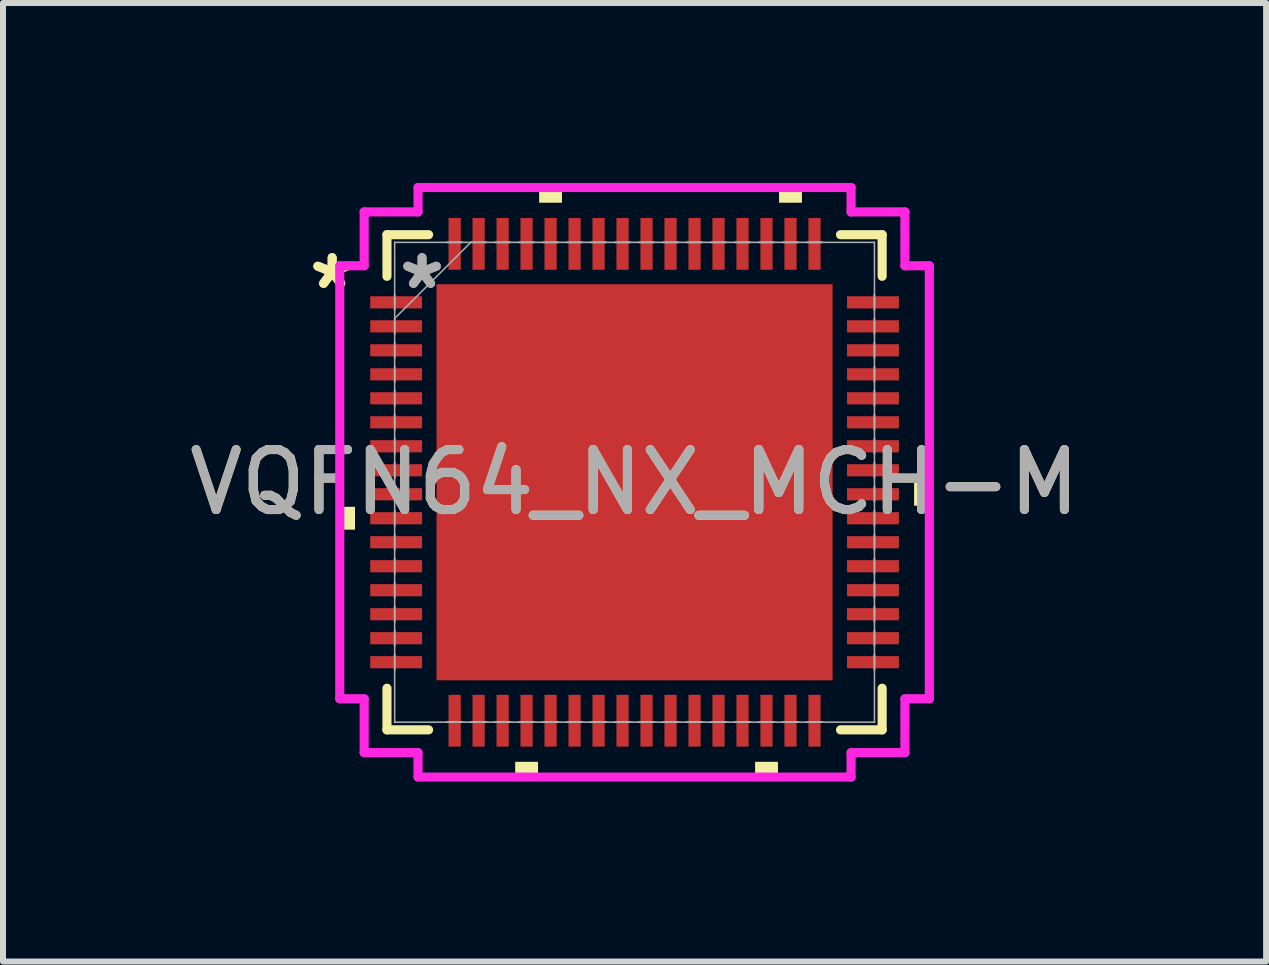
<source format=kicad_pcb>
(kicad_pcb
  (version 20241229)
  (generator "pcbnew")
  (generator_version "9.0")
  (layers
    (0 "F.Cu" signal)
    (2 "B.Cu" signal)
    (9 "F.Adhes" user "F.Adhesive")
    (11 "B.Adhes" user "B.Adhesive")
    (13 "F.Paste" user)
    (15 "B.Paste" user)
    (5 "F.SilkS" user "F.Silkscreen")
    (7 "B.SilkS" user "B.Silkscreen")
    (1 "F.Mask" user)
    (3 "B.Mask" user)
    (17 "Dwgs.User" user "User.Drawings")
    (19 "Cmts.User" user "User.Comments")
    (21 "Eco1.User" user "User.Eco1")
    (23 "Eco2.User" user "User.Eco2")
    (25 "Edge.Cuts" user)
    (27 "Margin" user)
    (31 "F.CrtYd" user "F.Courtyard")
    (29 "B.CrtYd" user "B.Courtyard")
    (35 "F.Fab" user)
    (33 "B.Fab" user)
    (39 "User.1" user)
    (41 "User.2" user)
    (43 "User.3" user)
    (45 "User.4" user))
  (footprint "VQFN64_NX_MCH-M"
    (layer "F.Cu")
    (at 7.53 4.991)
    (property "Reference" "VQFN64_NX_MCH-M" (at 0 0 0) (unlocked yes) (layer "F.SilkS") (effects (font (size 1 1) (thickness 0.15))))
    (attr smd)
    (fp_line (start -4.128 -4.128) (end -4.128 -3.434) (stroke (width 0.152) (type solid)) (layer "F.SilkS"))
    (fp_line (start -4.128 3.434) (end -4.128 4.128) (stroke (width 0.152) (type solid)) (layer "F.SilkS"))
    (fp_line (start -4.128 4.128) (end -3.434 4.128) (stroke (width 0.152) (type solid)) (layer "F.SilkS"))
    (fp_line (start -3.434 -4.128) (end -4.128 -4.128) (stroke (width 0.152) (type solid)) (layer "F.SilkS"))
    (fp_line (start 3.434 4.128) (end 4.128 4.128) (stroke (width 0.152) (type solid)) (layer "F.SilkS"))
    (fp_line (start 4.128 -4.128) (end 3.434 -4.128) (stroke (width 0.152) (type solid)) (layer "F.SilkS"))
    (fp_line (start 4.128 -3.434) (end 4.128 -4.128) (stroke (width 0.152) (type solid)) (layer "F.SilkS"))
    (fp_line (start 4.128 4.128) (end 4.128 3.434) (stroke (width 0.152) (type solid)) (layer "F.SilkS"))
    (fp_poly (pts (xy -4.915 0.409) (xy -4.915 0.79) (xy -4.661 0.79) (xy -4.661 0.409)) (stroke (width 0) (type solid)) (fill yes) (layer "F.SilkS"))
    (fp_poly (pts (xy -1.99 4.661) (xy -1.99 4.915) (xy -1.609 4.915) (xy -1.609 4.661)) (stroke (width 0) (type solid)) (fill yes) (layer "F.SilkS"))
    (fp_poly (pts (xy -1.591 -4.661) (xy -1.591 -4.915) (xy -1.21 -4.915) (xy -1.21 -4.661)) (stroke (width 0) (type solid)) (fill yes) (layer "F.SilkS"))
    (fp_poly (pts (xy 2.01 4.661) (xy 2.01 4.915) (xy 2.391 4.915) (xy 2.391 4.661)) (stroke (width 0) (type solid)) (fill yes) (layer "F.SilkS"))
    (fp_poly (pts (xy 2.409 -4.661) (xy 2.409 -4.915) (xy 2.791 -4.915) (xy 2.791 -4.661)) (stroke (width 0) (type solid)) (fill yes) (layer "F.SilkS"))
    (fp_poly (pts (xy 4.915 0.009) (xy 4.915 0.391) (xy 4.661 0.391) (xy 4.661 0.009)) (stroke (width 0) (type solid)) (fill yes) (layer "F.SilkS"))
    (fp_poly (pts (xy -3.202 -3.202) (xy -3.202 -2.081) (xy -2.081 -2.081) (xy -2.081 -3.202)) (stroke (width 0) (type solid)) (fill yes) (layer "F.Paste"))
    (fp_poly (pts (xy -3.202 -1.881) (xy -3.202 -0.76) (xy -2.081 -0.76) (xy -2.081 -1.881)) (stroke (width 0) (type solid)) (fill yes) (layer "F.Paste"))
    (fp_poly (pts (xy -3.202 -0.56) (xy -3.202 0.56) (xy -2.081 0.56) (xy -2.081 -0.56)) (stroke (width 0) (type solid)) (fill yes) (layer "F.Paste"))
    (fp_poly (pts (xy -3.202 0.76) (xy -3.202 1.881) (xy -2.081 1.881) (xy -2.081 0.76)) (stroke (width 0) (type solid)) (fill yes) (layer "F.Paste"))
    (fp_poly (pts (xy -3.202 2.081) (xy -3.202 3.202) (xy -2.081 3.202) (xy -2.081 2.081)) (stroke (width 0) (type solid)) (fill yes) (layer "F.Paste"))
    (fp_poly (pts (xy -1.881 -3.202) (xy -1.881 -2.081) (xy -0.76 -2.081) (xy -0.76 -3.202)) (stroke (width 0) (type solid)) (fill yes) (layer "F.Paste"))
    (fp_poly (pts (xy -1.881 -1.881) (xy -1.881 -0.76) (xy -0.76 -0.76) (xy -0.76 -1.881)) (stroke (width 0) (type solid)) (fill yes) (layer "F.Paste"))
    (fp_poly (pts (xy -1.881 -0.56) (xy -1.881 0.56) (xy -0.76 0.56) (xy -0.76 -0.56)) (stroke (width 0) (type solid)) (fill yes) (layer "F.Paste"))
    (fp_poly (pts (xy -1.881 0.76) (xy -1.881 1.881) (xy -0.76 1.881) (xy -0.76 0.76)) (stroke (width 0) (type solid)) (fill yes) (layer "F.Paste"))
    (fp_poly (pts (xy -1.881 2.081) (xy -1.881 3.202) (xy -0.76 3.202) (xy -0.76 2.081)) (stroke (width 0) (type solid)) (fill yes) (layer "F.Paste"))
    (fp_poly (pts (xy -0.56 -3.202) (xy -0.56 -2.081) (xy 0.56 -2.081) (xy 0.56 -3.202)) (stroke (width 0) (type solid)) (fill yes) (layer "F.Paste"))
    (fp_poly (pts (xy -0.56 -1.881) (xy -0.56 -0.76) (xy 0.56 -0.76) (xy 0.56 -1.881)) (stroke (width 0) (type solid)) (fill yes) (layer "F.Paste"))
    (fp_poly (pts (xy -0.56 -0.56) (xy -0.56 0.56) (xy 0.56 0.56) (xy 0.56 -0.56)) (stroke (width 0) (type solid)) (fill yes) (layer "F.Paste"))
    (fp_poly (pts (xy -0.56 0.76) (xy -0.56 1.881) (xy 0.56 1.881) (xy 0.56 0.76)) (stroke (width 0) (type solid)) (fill yes) (layer "F.Paste"))
    (fp_poly (pts (xy -0.56 2.081) (xy -0.56 3.202) (xy 0.56 3.202) (xy 0.56 2.081)) (stroke (width 0) (type solid)) (fill yes) (layer "F.Paste"))
    (fp_poly (pts (xy 0.76 -3.202) (xy 0.76 -2.081) (xy 1.881 -2.081) (xy 1.881 -3.202)) (stroke (width 0) (type solid)) (fill yes) (layer "F.Paste"))
    (fp_poly (pts (xy 0.76 -1.881) (xy 0.76 -0.76) (xy 1.881 -0.76) (xy 1.881 -1.881)) (stroke (width 0) (type solid)) (fill yes) (layer "F.Paste"))
    (fp_poly (pts (xy 0.76 -0.56) (xy 0.76 0.56) (xy 1.881 0.56) (xy 1.881 -0.56)) (stroke (width 0) (type solid)) (fill yes) (layer "F.Paste"))
    (fp_poly (pts (xy 0.76 0.76) (xy 0.76 1.881) (xy 1.881 1.881) (xy 1.881 0.76)) (stroke (width 0) (type solid)) (fill yes) (layer "F.Paste"))
    (fp_poly (pts (xy 0.76 2.081) (xy 0.76 3.202) (xy 1.881 3.202) (xy 1.881 2.081)) (stroke (width 0) (type solid)) (fill yes) (layer "F.Paste"))
    (fp_poly (pts (xy 2.081 -3.202) (xy 2.081 -2.081) (xy 3.202 -2.081) (xy 3.202 -3.202)) (stroke (width 0) (type solid)) (fill yes) (layer "F.Paste"))
    (fp_poly (pts (xy 2.081 -1.881) (xy 2.081 -0.76) (xy 3.202 -0.76) (xy 3.202 -1.881)) (stroke (width 0) (type solid)) (fill yes) (layer "F.Paste"))
    (fp_poly (pts (xy 2.081 -0.56) (xy 2.081 0.56) (xy 3.202 0.56) (xy 3.202 -0.56)) (stroke (width 0) (type solid)) (fill yes) (layer "F.Paste"))
    (fp_poly (pts (xy 2.081 0.76) (xy 2.081 1.881) (xy 3.202 1.881) (xy 3.202 0.76)) (stroke (width 0) (type solid)) (fill yes) (layer "F.Paste"))
    (fp_poly (pts (xy 2.081 2.081) (xy 2.081 3.202) (xy 3.202 3.202) (xy 3.202 2.081)) (stroke (width 0) (type solid)) (fill yes) (layer "F.Paste"))
    (fp_line (start -4.915 -3.61) (end -4.508 -3.61) (stroke (width 0.152) (type solid)) (layer "F.CrtYd"))
    (fp_line (start -4.915 3.61) (end -4.915 -3.61) (stroke (width 0.152) (type solid)) (layer "F.CrtYd"))
    (fp_line (start -4.508 -4.508) (end -3.61 -4.508) (stroke (width 0.152) (type solid)) (layer "F.CrtYd"))
    (fp_line (start -4.508 -3.61) (end -4.508 -4.508) (stroke (width 0.152) (type solid)) (layer "F.CrtYd"))
    (fp_line (start -4.508 3.61) (end -4.915 3.61) (stroke (width 0.152) (type solid)) (layer "F.CrtYd"))
    (fp_line (start -4.508 4.508) (end -4.508 3.61) (stroke (width 0.152) (type solid)) (layer "F.CrtYd"))
    (fp_line (start -3.61 -4.915) (end 3.61 -4.915) (stroke (width 0.152) (type solid)) (layer "F.CrtYd"))
    (fp_line (start -3.61 -4.508) (end -3.61 -4.915) (stroke (width 0.152) (type solid)) (layer "F.CrtYd"))
    (fp_line (start -3.61 4.508) (end -4.508 4.508) (stroke (width 0.152) (type solid)) (layer "F.CrtYd"))
    (fp_line (start -3.61 4.915) (end -3.61 4.508) (stroke (width 0.152) (type solid)) (layer "F.CrtYd"))
    (fp_line (start 3.61 -4.915) (end 3.61 -4.508) (stroke (width 0.152) (type solid)) (layer "F.CrtYd"))
    (fp_line (start 3.61 -4.508) (end 4.508 -4.508) (stroke (width 0.152) (type solid)) (layer "F.CrtYd"))
    (fp_line (start 3.61 4.508) (end 3.61 4.915) (stroke (width 0.152) (type solid)) (layer "F.CrtYd"))
    (fp_line (start 3.61 4.915) (end -3.61 4.915) (stroke (width 0.152) (type solid)) (layer "F.CrtYd"))
    (fp_line (start 4.508 -4.508) (end 4.508 -3.61) (stroke (width 0.152) (type solid)) (layer "F.CrtYd"))
    (fp_line (start 4.508 -3.61) (end 4.915 -3.61) (stroke (width 0.152) (type solid)) (layer "F.CrtYd"))
    (fp_line (start 4.508 3.61) (end 4.508 4.508) (stroke (width 0.152) (type solid)) (layer "F.CrtYd"))
    (fp_line (start 4.508 4.508) (end 3.61 4.508) (stroke (width 0.152) (type solid)) (layer "F.CrtYd"))
    (fp_line (start 4.915 -3.61) (end 4.915 3.61) (stroke (width 0.152) (type solid)) (layer "F.CrtYd"))
    (fp_line (start 4.915 3.61) (end 4.508 3.61) (stroke (width 0.152) (type solid)) (layer "F.CrtYd"))
    (fp_line (start -4 -4) (end -4 -4) (stroke (width 0.025) (type solid)) (layer "F.Fab"))
    (fp_line (start -4 -4) (end -4 4) (stroke (width 0.025) (type solid)) (layer "F.Fab"))
    (fp_line (start -4 -3.127) (end -4 -3.127) (stroke (width 0.025) (type solid)) (layer "F.Fab"))
    (fp_line (start -4 -3.127) (end -4 -2.873) (stroke (width 0.025) (type solid)) (layer "F.Fab"))
    (fp_line (start -4 -2.873) (end -4 -3.127) (stroke (width 0.025) (type solid)) (layer "F.Fab"))
    (fp_line (start -4 -2.873) (end -4 -2.873) (stroke (width 0.025) (type solid)) (layer "F.Fab"))
    (fp_line (start -4 -2.731) (end -2.731 -4) (stroke (width 0.025) (type solid)) (layer "F.Fab"))
    (fp_line (start -4 -2.727) (end -4 -2.727) (stroke (width 0.025) (type solid)) (layer "F.Fab"))
    (fp_line (start -4 -2.727) (end -4 -2.473) (stroke (width 0.025) (type solid)) (layer "F.Fab"))
    (fp_line (start -4 -2.473) (end -4 -2.727) (stroke (width 0.025) (type solid)) (layer "F.Fab"))
    (fp_line (start -4 -2.473) (end -4 -2.473) (stroke (width 0.025) (type solid)) (layer "F.Fab"))
    (fp_line (start -4 -2.327) (end -4 -2.327) (stroke (width 0.025) (type solid)) (layer "F.Fab"))
    (fp_line (start -4 -2.327) (end -4 -2.073) (stroke (width 0.025) (type solid)) (layer "F.Fab"))
    (fp_line (start -4 -2.073) (end -4 -2.327) (stroke (width 0.025) (type solid)) (layer "F.Fab"))
    (fp_line (start -4 -2.073) (end -4 -2.073) (stroke (width 0.025) (type solid)) (layer "F.Fab"))
    (fp_line (start -4 -1.927) (end -4 -1.927) (stroke (width 0.025) (type solid)) (layer "F.Fab"))
    (fp_line (start -4 -1.927) (end -4 -1.673) (stroke (width 0.025) (type solid)) (layer "F.Fab"))
    (fp_line (start -4 -1.673) (end -4 -1.927) (stroke (width 0.025) (type solid)) (layer "F.Fab"))
    (fp_line (start -4 -1.673) (end -4 -1.673) (stroke (width 0.025) (type solid)) (layer "F.Fab"))
    (fp_line (start -4 -1.527) (end -4 -1.527) (stroke (width 0.025) (type solid)) (layer "F.Fab"))
    (fp_line (start -4 -1.527) (end -4 -1.273) (stroke (width 0.025) (type solid)) (layer "F.Fab"))
    (fp_line (start -4 -1.273) (end -4 -1.527) (stroke (width 0.025) (type solid)) (layer "F.Fab"))
    (fp_line (start -4 -1.273) (end -4 -1.273) (stroke (width 0.025) (type solid)) (layer "F.Fab"))
    (fp_line (start -4 -1.127) (end -4 -1.127) (stroke (width 0.025) (type solid)) (layer "F.Fab"))
    (fp_line (start -4 -1.127) (end -4 -0.873) (stroke (width 0.025) (type solid)) (layer "F.Fab"))
    (fp_line (start -4 -0.873) (end -4 -1.127) (stroke (width 0.025) (type solid)) (layer "F.Fab"))
    (fp_line (start -4 -0.873) (end -4 -0.873) (stroke (width 0.025) (type solid)) (layer "F.Fab"))
    (fp_line (start -4 -0.727) (end -4 -0.727) (stroke (width 0.025) (type solid)) (layer "F.Fab"))
    (fp_line (start -4 -0.727) (end -4 -0.473) (stroke (width 0.025) (type solid)) (layer "F.Fab"))
    (fp_line (start -4 -0.473) (end -4 -0.727) (stroke (width 0.025) (type solid)) (layer "F.Fab"))
    (fp_line (start -4 -0.473) (end -4 -0.473) (stroke (width 0.025) (type solid)) (layer "F.Fab"))
    (fp_line (start -4 -0.327) (end -4 -0.327) (stroke (width 0.025) (type solid)) (layer "F.Fab"))
    (fp_line (start -4 -0.327) (end -4 -0.073) (stroke (width 0.025) (type solid)) (layer "F.Fab"))
    (fp_line (start -4 -0.073) (end -4 -0.327) (stroke (width 0.025) (type solid)) (layer "F.Fab"))
    (fp_line (start -4 -0.073) (end -4 -0.073) (stroke (width 0.025) (type solid)) (layer "F.Fab"))
    (fp_line (start -4 0.073) (end -4 0.073) (stroke (width 0.025) (type solid)) (layer "F.Fab"))
    (fp_line (start -4 0.073) (end -4 0.327) (stroke (width 0.025) (type solid)) (layer "F.Fab"))
    (fp_line (start -4 0.327) (end -4 0.073) (stroke (width 0.025) (type solid)) (layer "F.Fab"))
    (fp_line (start -4 0.327) (end -4 0.327) (stroke (width 0.025) (type solid)) (layer "F.Fab"))
    (fp_line (start -4 0.473) (end -4 0.473) (stroke (width 0.025) (type solid)) (layer "F.Fab"))
    (fp_line (start -4 0.473) (end -4 0.727) (stroke (width 0.025) (type solid)) (layer "F.Fab"))
    (fp_line (start -4 0.727) (end -4 0.473) (stroke (width 0.025) (type solid)) (layer "F.Fab"))
    (fp_line (start -4 0.727) (end -4 0.727) (stroke (width 0.025) (type solid)) (layer "F.Fab"))
    (fp_line (start -4 0.873) (end -4 0.873) (stroke (width 0.025) (type solid)) (layer "F.Fab"))
    (fp_line (start -4 0.873) (end -4 1.127) (stroke (width 0.025) (type solid)) (layer "F.Fab"))
    (fp_line (start -4 1.127) (end -4 0.873) (stroke (width 0.025) (type solid)) (layer "F.Fab"))
    (fp_line (start -4 1.127) (end -4 1.127) (stroke (width 0.025) (type solid)) (layer "F.Fab"))
    (fp_line (start -4 1.273) (end -4 1.273) (stroke (width 0.025) (type solid)) (layer "F.Fab"))
    (fp_line (start -4 1.273) (end -4 1.527) (stroke (width 0.025) (type solid)) (layer "F.Fab"))
    (fp_line (start -4 1.527) (end -4 1.273) (stroke (width 0.025) (type solid)) (layer "F.Fab"))
    (fp_line (start -4 1.527) (end -4 1.527) (stroke (width 0.025) (type solid)) (layer "F.Fab"))
    (fp_line (start -4 1.673) (end -4 1.673) (stroke (width 0.025) (type solid)) (layer "F.Fab"))
    (fp_line (start -4 1.673) (end -4 1.927) (stroke (width 0.025) (type solid)) (layer "F.Fab"))
    (fp_line (start -4 1.927) (end -4 1.673) (stroke (width 0.025) (type solid)) (layer "F.Fab"))
    (fp_line (start -4 1.927) (end -4 1.927) (stroke (width 0.025) (type solid)) (layer "F.Fab"))
    (fp_line (start -4 2.073) (end -4 2.073) (stroke (width 0.025) (type solid)) (layer "F.Fab"))
    (fp_line (start -4 2.073) (end -4 2.327) (stroke (width 0.025) (type solid)) (layer "F.Fab"))
    (fp_line (start -4 2.327) (end -4 2.073) (stroke (width 0.025) (type solid)) (layer "F.Fab"))
    (fp_line (start -4 2.327) (end -4 2.327) (stroke (width 0.025) (type solid)) (layer "F.Fab"))
    (fp_line (start -4 2.473) (end -4 2.473) (stroke (width 0.025) (type solid)) (layer "F.Fab"))
    (fp_line (start -4 2.473) (end -4 2.727) (stroke (width 0.025) (type solid)) (layer "F.Fab"))
    (fp_line (start -4 2.727) (end -4 2.473) (stroke (width 0.025) (type solid)) (layer "F.Fab"))
    (fp_line (start -4 2.727) (end -4 2.727) (stroke (width 0.025) (type solid)) (layer "F.Fab"))
    (fp_line (start -4 2.873) (end -4 2.873) (stroke (width 0.025) (type solid)) (layer "F.Fab"))
    (fp_line (start -4 2.873) (end -4 3.127) (stroke (width 0.025) (type solid)) (layer "F.Fab"))
    (fp_line (start -4 3.127) (end -4 2.873) (stroke (width 0.025) (type solid)) (layer "F.Fab"))
    (fp_line (start -4 3.127) (end -4 3.127) (stroke (width 0.025) (type solid)) (layer "F.Fab"))
    (fp_line (start -4 4) (end -4 4) (stroke (width 0.025) (type solid)) (layer "F.Fab"))
    (fp_line (start -4 4) (end 4 4) (stroke (width 0.025) (type solid)) (layer "F.Fab"))
    (fp_line (start -3.127 -4) (end -3.127 -4) (stroke (width 0.025) (type solid)) (layer "F.Fab"))
    (fp_line (start -3.127 -4) (end -2.873 -4) (stroke (width 0.025) (type solid)) (layer "F.Fab"))
    (fp_line (start -3.127 4) (end -3.127 4) (stroke (width 0.025) (type solid)) (layer "F.Fab"))
    (fp_line (start -3.127 4) (end -2.873 4) (stroke (width 0.025) (type solid)) (layer "F.Fab"))
    (fp_line (start -2.873 -4) (end -3.127 -4) (stroke (width 0.025) (type solid)) (layer "F.Fab"))
    (fp_line (start -2.873 -4) (end -2.873 -4) (stroke (width 0.025) (type solid)) (layer "F.Fab"))
    (fp_line (start -2.873 4) (end -3.127 4) (stroke (width 0.025) (type solid)) (layer "F.Fab"))
    (fp_line (start -2.873 4) (end -2.873 4) (stroke (width 0.025) (type solid)) (layer "F.Fab"))
    (fp_line (start -2.727 -4) (end -2.727 -4) (stroke (width 0.025) (type solid)) (layer "F.Fab"))
    (fp_line (start -2.727 -4) (end -2.473 -4) (stroke (width 0.025) (type solid)) (layer "F.Fab"))
    (fp_line (start -2.727 4) (end -2.727 4) (stroke (width 0.025) (type solid)) (layer "F.Fab"))
    (fp_line (start -2.727 4) (end -2.473 4) (stroke (width 0.025) (type solid)) (layer "F.Fab"))
    (fp_line (start -2.473 -4) (end -2.727 -4) (stroke (width 0.025) (type solid)) (layer "F.Fab"))
    (fp_line (start -2.473 -4) (end -2.473 -4) (stroke (width 0.025) (type solid)) (layer "F.Fab"))
    (fp_line (start -2.473 4) (end -2.727 4) (stroke (width 0.025) (type solid)) (layer "F.Fab"))
    (fp_line (start -2.473 4) (end -2.473 4) (stroke (width 0.025) (type solid)) (layer "F.Fab"))
    (fp_line (start -2.327 -4) (end -2.327 -4) (stroke (width 0.025) (type solid)) (layer "F.Fab"))
    (fp_line (start -2.327 -4) (end -2.073 -4) (stroke (width 0.025) (type solid)) (layer "F.Fab"))
    (fp_line (start -2.327 4) (end -2.327 4) (stroke (width 0.025) (type solid)) (layer "F.Fab"))
    (fp_line (start -2.327 4) (end -2.073 4) (stroke (width 0.025) (type solid)) (layer "F.Fab"))
    (fp_line (start -2.073 -4) (end -2.327 -4) (stroke (width 0.025) (type solid)) (layer "F.Fab"))
    (fp_line (start -2.073 -4) (end -2.073 -4) (stroke (width 0.025) (type solid)) (layer "F.Fab"))
    (fp_line (start -2.073 4) (end -2.327 4) (stroke (width 0.025) (type solid)) (layer "F.Fab"))
    (fp_line (start -2.073 4) (end -2.073 4) (stroke (width 0.025) (type solid)) (layer "F.Fab"))
    (fp_line (start -1.927 -4) (end -1.927 -4) (stroke (width 0.025) (type solid)) (layer "F.Fab"))
    (fp_line (start -1.927 -4) (end -1.673 -4) (stroke (width 0.025) (type solid)) (layer "F.Fab"))
    (fp_line (start -1.927 4) (end -1.927 4) (stroke (width 0.025) (type solid)) (layer "F.Fab"))
    (fp_line (start -1.927 4) (end -1.673 4) (stroke (width 0.025) (type solid)) (layer "F.Fab"))
    (fp_line (start -1.673 -4) (end -1.927 -4) (stroke (width 0.025) (type solid)) (layer "F.Fab"))
    (fp_line (start -1.673 -4) (end -1.673 -4) (stroke (width 0.025) (type solid)) (layer "F.Fab"))
    (fp_line (start -1.673 4) (end -1.927 4) (stroke (width 0.025) (type solid)) (layer "F.Fab"))
    (fp_line (start -1.673 4) (end -1.673 4) (stroke (width 0.025) (type solid)) (layer "F.Fab"))
    (fp_line (start -1.527 -4) (end -1.527 -4) (stroke (width 0.025) (type solid)) (layer "F.Fab"))
    (fp_line (start -1.527 -4) (end -1.273 -4) (stroke (width 0.025) (type solid)) (layer "F.Fab"))
    (fp_line (start -1.527 4) (end -1.527 4) (stroke (width 0.025) (type solid)) (layer "F.Fab"))
    (fp_line (start -1.527 4) (end -1.273 4) (stroke (width 0.025) (type solid)) (layer "F.Fab"))
    (fp_line (start -1.273 -4) (end -1.527 -4) (stroke (width 0.025) (type solid)) (layer "F.Fab"))
    (fp_line (start -1.273 -4) (end -1.273 -4) (stroke (width 0.025) (type solid)) (layer "F.Fab"))
    (fp_line (start -1.273 4) (end -1.527 4) (stroke (width 0.025) (type solid)) (layer "F.Fab"))
    (fp_line (start -1.273 4) (end -1.273 4) (stroke (width 0.025) (type solid)) (layer "F.Fab"))
    (fp_line (start -1.127 -4) (end -1.127 -4) (stroke (width 0.025) (type solid)) (layer "F.Fab"))
    (fp_line (start -1.127 -4) (end -0.873 -4) (stroke (width 0.025) (type solid)) (layer "F.Fab"))
    (fp_line (start -1.127 4) (end -1.127 4) (stroke (width 0.025) (type solid)) (layer "F.Fab"))
    (fp_line (start -1.127 4) (end -0.873 4) (stroke (width 0.025) (type solid)) (layer "F.Fab"))
    (fp_line (start -0.873 -4) (end -1.127 -4) (stroke (width 0.025) (type solid)) (layer "F.Fab"))
    (fp_line (start -0.873 -4) (end -0.873 -4) (stroke (width 0.025) (type solid)) (layer "F.Fab"))
    (fp_line (start -0.873 4) (end -1.127 4) (stroke (width 0.025) (type solid)) (layer "F.Fab"))
    (fp_line (start -0.873 4) (end -0.873 4) (stroke (width 0.025) (type solid)) (layer "F.Fab"))
    (fp_line (start -0.727 -4) (end -0.727 -4) (stroke (width 0.025) (type solid)) (layer "F.Fab"))
    (fp_line (start -0.727 -4) (end -0.473 -4) (stroke (width 0.025) (type solid)) (layer "F.Fab"))
    (fp_line (start -0.727 4) (end -0.727 4) (stroke (width 0.025) (type solid)) (layer "F.Fab"))
    (fp_line (start -0.727 4) (end -0.473 4) (stroke (width 0.025) (type solid)) (layer "F.Fab"))
    (fp_line (start -0.473 -4) (end -0.727 -4) (stroke (width 0.025) (type solid)) (layer "F.Fab"))
    (fp_line (start -0.473 -4) (end -0.473 -4) (stroke (width 0.025) (type solid)) (layer "F.Fab"))
    (fp_line (start -0.473 4) (end -0.727 4) (stroke (width 0.025) (type solid)) (layer "F.Fab"))
    (fp_line (start -0.473 4) (end -0.473 4) (stroke (width 0.025) (type solid)) (layer "F.Fab"))
    (fp_line (start -0.327 -4) (end -0.327 -4) (stroke (width 0.025) (type solid)) (layer "F.Fab"))
    (fp_line (start -0.327 -4) (end -0.073 -4) (stroke (width 0.025) (type solid)) (layer "F.Fab"))
    (fp_line (start -0.327 4) (end -0.327 4) (stroke (width 0.025) (type solid)) (layer "F.Fab"))
    (fp_line (start -0.327 4) (end -0.073 4) (stroke (width 0.025) (type solid)) (layer "F.Fab"))
    (fp_line (start -0.073 -4) (end -0.327 -4) (stroke (width 0.025) (type solid)) (layer "F.Fab"))
    (fp_line (start -0.073 -4) (end -0.073 -4) (stroke (width 0.025) (type solid)) (layer "F.Fab"))
    (fp_line (start -0.073 4) (end -0.327 4) (stroke (width 0.025) (type solid)) (layer "F.Fab"))
    (fp_line (start -0.073 4) (end -0.073 4) (stroke (width 0.025) (type solid)) (layer "F.Fab"))
    (fp_line (start 0.073 -4) (end 0.073 -4) (stroke (width 0.025) (type solid)) (layer "F.Fab"))
    (fp_line (start 0.073 -4) (end 0.327 -4) (stroke (width 0.025) (type solid)) (layer "F.Fab"))
    (fp_line (start 0.073 4) (end 0.073 4) (stroke (width 0.025) (type solid)) (layer "F.Fab"))
    (fp_line (start 0.073 4) (end 0.327 4) (stroke (width 0.025) (type solid)) (layer "F.Fab"))
    (fp_line (start 0.327 -4) (end 0.073 -4) (stroke (width 0.025) (type solid)) (layer "F.Fab"))
    (fp_line (start 0.327 -4) (end 0.327 -4) (stroke (width 0.025) (type solid)) (layer "F.Fab"))
    (fp_line (start 0.327 4) (end 0.073 4) (stroke (width 0.025) (type solid)) (layer "F.Fab"))
    (fp_line (start 0.327 4) (end 0.327 4) (stroke (width 0.025) (type solid)) (layer "F.Fab"))
    (fp_line (start 0.473 -4) (end 0.473 -4) (stroke (width 0.025) (type solid)) (layer "F.Fab"))
    (fp_line (start 0.473 -4) (end 0.727 -4) (stroke (width 0.025) (type solid)) (layer "F.Fab"))
    (fp_line (start 0.473 4) (end 0.473 4) (stroke (width 0.025) (type solid)) (layer "F.Fab"))
    (fp_line (start 0.473 4) (end 0.727 4) (stroke (width 0.025) (type solid)) (layer "F.Fab"))
    (fp_line (start 0.727 -4) (end 0.473 -4) (stroke (width 0.025) (type solid)) (layer "F.Fab"))
    (fp_line (start 0.727 -4) (end 0.727 -4) (stroke (width 0.025) (type solid)) (layer "F.Fab"))
    (fp_line (start 0.727 4) (end 0.473 4) (stroke (width 0.025) (type solid)) (layer "F.Fab"))
    (fp_line (start 0.727 4) (end 0.727 4) (stroke (width 0.025) (type solid)) (layer "F.Fab"))
    (fp_line (start 0.873 -4) (end 0.873 -4) (stroke (width 0.025) (type solid)) (layer "F.Fab"))
    (fp_line (start 0.873 -4) (end 1.127 -4) (stroke (width 0.025) (type solid)) (layer "F.Fab"))
    (fp_line (start 0.873 4) (end 0.873 4) (stroke (width 0.025) (type solid)) (layer "F.Fab"))
    (fp_line (start 0.873 4) (end 1.127 4) (stroke (width 0.025) (type solid)) (layer "F.Fab"))
    (fp_line (start 1.127 -4) (end 0.873 -4) (stroke (width 0.025) (type solid)) (layer "F.Fab"))
    (fp_line (start 1.127 -4) (end 1.127 -4) (stroke (width 0.025) (type solid)) (layer "F.Fab"))
    (fp_line (start 1.127 4) (end 0.873 4) (stroke (width 0.025) (type solid)) (layer "F.Fab"))
    (fp_line (start 1.127 4) (end 1.127 4) (stroke (width 0.025) (type solid)) (layer "F.Fab"))
    (fp_line (start 1.273 -4) (end 1.273 -4) (stroke (width 0.025) (type solid)) (layer "F.Fab"))
    (fp_line (start 1.273 -4) (end 1.527 -4) (stroke (width 0.025) (type solid)) (layer "F.Fab"))
    (fp_line (start 1.273 4) (end 1.273 4) (stroke (width 0.025) (type solid)) (layer "F.Fab"))
    (fp_line (start 1.273 4) (end 1.527 4) (stroke (width 0.025) (type solid)) (layer "F.Fab"))
    (fp_line (start 1.527 -4) (end 1.273 -4) (stroke (width 0.025) (type solid)) (layer "F.Fab"))
    (fp_line (start 1.527 -4) (end 1.527 -4) (stroke (width 0.025) (type solid)) (layer "F.Fab"))
    (fp_line (start 1.527 4) (end 1.273 4) (stroke (width 0.025) (type solid)) (layer "F.Fab"))
    (fp_line (start 1.527 4) (end 1.527 4) (stroke (width 0.025) (type solid)) (layer "F.Fab"))
    (fp_line (start 1.673 -4) (end 1.673 -4) (stroke (width 0.025) (type solid)) (layer "F.Fab"))
    (fp_line (start 1.673 -4) (end 1.927 -4) (stroke (width 0.025) (type solid)) (layer "F.Fab"))
    (fp_line (start 1.673 4) (end 1.673 4) (stroke (width 0.025) (type solid)) (layer "F.Fab"))
    (fp_line (start 1.673 4) (end 1.927 4) (stroke (width 0.025) (type solid)) (layer "F.Fab"))
    (fp_line (start 1.927 -4) (end 1.673 -4) (stroke (width 0.025) (type solid)) (layer "F.Fab"))
    (fp_line (start 1.927 -4) (end 1.927 -4) (stroke (width 0.025) (type solid)) (layer "F.Fab"))
    (fp_line (start 1.927 4) (end 1.673 4) (stroke (width 0.025) (type solid)) (layer "F.Fab"))
    (fp_line (start 1.927 4) (end 1.927 4) (stroke (width 0.025) (type solid)) (layer "F.Fab"))
    (fp_line (start 2.073 -4) (end 2.073 -4) (stroke (width 0.025) (type solid)) (layer "F.Fab"))
    (fp_line (start 2.073 -4) (end 2.327 -4) (stroke (width 0.025) (type solid)) (layer "F.Fab"))
    (fp_line (start 2.073 4) (end 2.073 4) (stroke (width 0.025) (type solid)) (layer "F.Fab"))
    (fp_line (start 2.073 4) (end 2.327 4) (stroke (width 0.025) (type solid)) (layer "F.Fab"))
    (fp_line (start 2.327 -4) (end 2.073 -4) (stroke (width 0.025) (type solid)) (layer "F.Fab"))
    (fp_line (start 2.327 -4) (end 2.327 -4) (stroke (width 0.025) (type solid)) (layer "F.Fab"))
    (fp_line (start 2.327 4) (end 2.073 4) (stroke (width 0.025) (type solid)) (layer "F.Fab"))
    (fp_line (start 2.327 4) (end 2.327 4) (stroke (width 0.025) (type solid)) (layer "F.Fab"))
    (fp_line (start 2.473 -4) (end 2.473 -4) (stroke (width 0.025) (type solid)) (layer "F.Fab"))
    (fp_line (start 2.473 -4) (end 2.727 -4) (stroke (width 0.025) (type solid)) (layer "F.Fab"))
    (fp_line (start 2.473 4) (end 2.473 4) (stroke (width 0.025) (type solid)) (layer "F.Fab"))
    (fp_line (start 2.473 4) (end 2.727 4) (stroke (width 0.025) (type solid)) (layer "F.Fab"))
    (fp_line (start 2.727 -4) (end 2.473 -4) (stroke (width 0.025) (type solid)) (layer "F.Fab"))
    (fp_line (start 2.727 -4) (end 2.727 -4) (stroke (width 0.025) (type solid)) (layer "F.Fab"))
    (fp_line (start 2.727 4) (end 2.473 4) (stroke (width 0.025) (type solid)) (layer "F.Fab"))
    (fp_line (start 2.727 4) (end 2.727 4) (stroke (width 0.025) (type solid)) (layer "F.Fab"))
    (fp_line (start 2.873 -4) (end 2.873 -4) (stroke (width 0.025) (type solid)) (layer "F.Fab"))
    (fp_line (start 2.873 -4) (end 3.127 -4) (stroke (width 0.025) (type solid)) (layer "F.Fab"))
    (fp_line (start 2.873 4) (end 2.873 4) (stroke (width 0.025) (type solid)) (layer "F.Fab"))
    (fp_line (start 2.873 4) (end 3.127 4) (stroke (width 0.025) (type solid)) (layer "F.Fab"))
    (fp_line (start 3.127 -4) (end 2.873 -4) (stroke (width 0.025) (type solid)) (layer "F.Fab"))
    (fp_line (start 3.127 -4) (end 3.127 -4) (stroke (width 0.025) (type solid)) (layer "F.Fab"))
    (fp_line (start 3.127 4) (end 2.873 4) (stroke (width 0.025) (type solid)) (layer "F.Fab"))
    (fp_line (start 3.127 4) (end 3.127 4) (stroke (width 0.025) (type solid)) (layer "F.Fab"))
    (fp_line (start 4 -4) (end -4 -4) (stroke (width 0.025) (type solid)) (layer "F.Fab"))
    (fp_line (start 4 -4) (end 4 -4) (stroke (width 0.025) (type solid)) (layer "F.Fab"))
    (fp_line (start 4 -3.127) (end 4 -3.127) (stroke (width 0.025) (type solid)) (layer "F.Fab"))
    (fp_line (start 4 -3.127) (end 4 -2.873) (stroke (width 0.025) (type solid)) (layer "F.Fab"))
    (fp_line (start 4 -2.873) (end 4 -3.127) (stroke (width 0.025) (type solid)) (layer "F.Fab"))
    (fp_line (start 4 -2.873) (end 4 -2.873) (stroke (width 0.025) (type solid)) (layer "F.Fab"))
    (fp_line (start 4 -2.727) (end 4 -2.727) (stroke (width 0.025) (type solid)) (layer "F.Fab"))
    (fp_line (start 4 -2.727) (end 4 -2.473) (stroke (width 0.025) (type solid)) (layer "F.Fab"))
    (fp_line (start 4 -2.473) (end 4 -2.727) (stroke (width 0.025) (type solid)) (layer "F.Fab"))
    (fp_line (start 4 -2.473) (end 4 -2.473) (stroke (width 0.025) (type solid)) (layer "F.Fab"))
    (fp_line (start 4 -2.327) (end 4 -2.327) (stroke (width 0.025) (type solid)) (layer "F.Fab"))
    (fp_line (start 4 -2.327) (end 4 -2.073) (stroke (width 0.025) (type solid)) (layer "F.Fab"))
    (fp_line (start 4 -2.073) (end 4 -2.327) (stroke (width 0.025) (type solid)) (layer "F.Fab"))
    (fp_line (start 4 -2.073) (end 4 -2.073) (stroke (width 0.025) (type solid)) (layer "F.Fab"))
    (fp_line (start 4 -1.927) (end 4 -1.927) (stroke (width 0.025) (type solid)) (layer "F.Fab"))
    (fp_line (start 4 -1.927) (end 4 -1.673) (stroke (width 0.025) (type solid)) (layer "F.Fab"))
    (fp_line (start 4 -1.673) (end 4 -1.927) (stroke (width 0.025) (type solid)) (layer "F.Fab"))
    (fp_line (start 4 -1.673) (end 4 -1.673) (stroke (width 0.025) (type solid)) (layer "F.Fab"))
    (fp_line (start 4 -1.527) (end 4 -1.527) (stroke (width 0.025) (type solid)) (layer "F.Fab"))
    (fp_line (start 4 -1.527) (end 4 -1.273) (stroke (width 0.025) (type solid)) (layer "F.Fab"))
    (fp_line (start 4 -1.273) (end 4 -1.527) (stroke (width 0.025) (type solid)) (layer "F.Fab"))
    (fp_line (start 4 -1.273) (end 4 -1.273) (stroke (width 0.025) (type solid)) (layer "F.Fab"))
    (fp_line (start 4 -1.127) (end 4 -1.127) (stroke (width 0.025) (type solid)) (layer "F.Fab"))
    (fp_line (start 4 -1.127) (end 4 -0.873) (stroke (width 0.025) (type solid)) (layer "F.Fab"))
    (fp_line (start 4 -0.873) (end 4 -1.127) (stroke (width 0.025) (type solid)) (layer "F.Fab"))
    (fp_line (start 4 -0.873) (end 4 -0.873) (stroke (width 0.025) (type solid)) (layer "F.Fab"))
    (fp_line (start 4 -0.727) (end 4 -0.727) (stroke (width 0.025) (type solid)) (layer "F.Fab"))
    (fp_line (start 4 -0.727) (end 4 -0.473) (stroke (width 0.025) (type solid)) (layer "F.Fab"))
    (fp_line (start 4 -0.473) (end 4 -0.727) (stroke (width 0.025) (type solid)) (layer "F.Fab"))
    (fp_line (start 4 -0.473) (end 4 -0.473) (stroke (width 0.025) (type solid)) (layer "F.Fab"))
    (fp_line (start 4 -0.327) (end 4 -0.327) (stroke (width 0.025) (type solid)) (layer "F.Fab"))
    (fp_line (start 4 -0.327) (end 4 -0.073) (stroke (width 0.025) (type solid)) (layer "F.Fab"))
    (fp_line (start 4 -0.073) (end 4 -0.327) (stroke (width 0.025) (type solid)) (layer "F.Fab"))
    (fp_line (start 4 -0.073) (end 4 -0.073) (stroke (width 0.025) (type solid)) (layer "F.Fab"))
    (fp_line (start 4 0.073) (end 4 0.073) (stroke (width 0.025) (type solid)) (layer "F.Fab"))
    (fp_line (start 4 0.073) (end 4 0.327) (stroke (width 0.025) (type solid)) (layer "F.Fab"))
    (fp_line (start 4 0.327) (end 4 0.073) (stroke (width 0.025) (type solid)) (layer "F.Fab"))
    (fp_line (start 4 0.327) (end 4 0.327) (stroke (width 0.025) (type solid)) (layer "F.Fab"))
    (fp_line (start 4 0.473) (end 4 0.473) (stroke (width 0.025) (type solid)) (layer "F.Fab"))
    (fp_line (start 4 0.473) (end 4 0.727) (stroke (width 0.025) (type solid)) (layer "F.Fab"))
    (fp_line (start 4 0.727) (end 4 0.473) (stroke (width 0.025) (type solid)) (layer "F.Fab"))
    (fp_line (start 4 0.727) (end 4 0.727) (stroke (width 0.025) (type solid)) (layer "F.Fab"))
    (fp_line (start 4 0.873) (end 4 0.873) (stroke (width 0.025) (type solid)) (layer "F.Fab"))
    (fp_line (start 4 0.873) (end 4 1.127) (stroke (width 0.025) (type solid)) (layer "F.Fab"))
    (fp_line (start 4 1.127) (end 4 0.873) (stroke (width 0.025) (type solid)) (layer "F.Fab"))
    (fp_line (start 4 1.127) (end 4 1.127) (stroke (width 0.025) (type solid)) (layer "F.Fab"))
    (fp_line (start 4 1.273) (end 4 1.273) (stroke (width 0.025) (type solid)) (layer "F.Fab"))
    (fp_line (start 4 1.273) (end 4 1.527) (stroke (width 0.025) (type solid)) (layer "F.Fab"))
    (fp_line (start 4 1.527) (end 4 1.273) (stroke (width 0.025) (type solid)) (layer "F.Fab"))
    (fp_line (start 4 1.527) (end 4 1.527) (stroke (width 0.025) (type solid)) (layer "F.Fab"))
    (fp_line (start 4 1.673) (end 4 1.673) (stroke (width 0.025) (type solid)) (layer "F.Fab"))
    (fp_line (start 4 1.673) (end 4 1.927) (stroke (width 0.025) (type solid)) (layer "F.Fab"))
    (fp_line (start 4 1.927) (end 4 1.673) (stroke (width 0.025) (type solid)) (layer "F.Fab"))
    (fp_line (start 4 1.927) (end 4 1.927) (stroke (width 0.025) (type solid)) (layer "F.Fab"))
    (fp_line (start 4 2.073) (end 4 2.073) (stroke (width 0.025) (type solid)) (layer "F.Fab"))
    (fp_line (start 4 2.073) (end 4 2.327) (stroke (width 0.025) (type solid)) (layer "F.Fab"))
    (fp_line (start 4 2.327) (end 4 2.073) (stroke (width 0.025) (type solid)) (layer "F.Fab"))
    (fp_line (start 4 2.327) (end 4 2.327) (stroke (width 0.025) (type solid)) (layer "F.Fab"))
    (fp_line (start 4 2.473) (end 4 2.473) (stroke (width 0.025) (type solid)) (layer "F.Fab"))
    (fp_line (start 4 2.473) (end 4 2.727) (stroke (width 0.025) (type solid)) (layer "F.Fab"))
    (fp_line (start 4 2.727) (end 4 2.473) (stroke (width 0.025) (type solid)) (layer "F.Fab"))
    (fp_line (start 4 2.727) (end 4 2.727) (stroke (width 0.025) (type solid)) (layer "F.Fab"))
    (fp_line (start 4 2.873) (end 4 2.873) (stroke (width 0.025) (type solid)) (layer "F.Fab"))
    (fp_line (start 4 2.873) (end 4 3.127) (stroke (width 0.025) (type solid)) (layer "F.Fab"))
    (fp_line (start 4 3.127) (end 4 2.873) (stroke (width 0.025) (type solid)) (layer "F.Fab"))
    (fp_line (start 4 3.127) (end 4 3.127) (stroke (width 0.025) (type solid)) (layer "F.Fab"))
    (fp_line (start 4 4) (end 4 -4) (stroke (width 0.025) (type solid)) (layer "F.Fab"))
    (fp_line (start 4 4) (end 4 4) (stroke (width 0.025) (type solid)) (layer "F.Fab"))
    (fp_text user "*" (at -5.042 -3.2 0) (unlocked yes) (layer "F.SilkS") (effects (font (size 1 1) (thickness 0.15))))
    (fp_text user "*" (at -5.042 -3.2 0) (layer "F.SilkS") (effects (font (size 1 1) (thickness 0.15))))
    (fp_text user "${REFERENCE}" (at 0 0 0) (unlocked yes) (layer "F.Fab") (effects (font (size 1 1) (thickness 0.15))))
    (fp_text user "*" (at -3.543 -3.2 0) (layer "F.Fab") (effects (font (size 1 1) (thickness 0.15))))
    (fp_text user "*" (at -3.543 -3.2 0) (unlocked yes) (layer "F.Fab") (effects (font (size 1 1) (thickness 0.15))))
    (pad "1" smd rect (at -3.975 -3 90) (size 0.203 0.864) (layers "F.Cu" "F.Mask" "F.Paste"))
    (pad "2" smd rect (at -3.975 -2.6 90) (size 0.203 0.864) (layers "F.Cu" "F.Mask" "F.Paste"))
    (pad "3" smd rect (at -3.975 -2.2 90) (size 0.203 0.864) (layers "F.Cu" "F.Mask" "F.Paste"))
    (pad "4" smd rect (at -3.975 -1.8 90) (size 0.203 0.864) (layers "F.Cu" "F.Mask" "F.Paste"))
    (pad "5" smd rect (at -3.975 -1.4 90) (size 0.203 0.864) (layers "F.Cu" "F.Mask" "F.Paste"))
    (pad "6" smd rect (at -3.975 -1 90) (size 0.203 0.864) (layers "F.Cu" "F.Mask" "F.Paste"))
    (pad "7" smd rect (at -3.975 -0.6 90) (size 0.203 0.864) (layers "F.Cu" "F.Mask" "F.Paste"))
    (pad "8" smd rect (at -3.975 -0.2 90) (size 0.203 0.864) (layers "F.Cu" "F.Mask" "F.Paste"))
    (pad "9" smd rect (at -3.975 0.2 90) (size 0.203 0.864) (layers "F.Cu" "F.Mask" "F.Paste"))
    (pad "10" smd rect (at -3.975 0.6 90) (size 0.203 0.864) (layers "F.Cu" "F.Mask" "F.Paste"))
    (pad "11" smd rect (at -3.975 1 90) (size 0.203 0.864) (layers "F.Cu" "F.Mask" "F.Paste"))
    (pad "12" smd rect (at -3.975 1.4 90) (size 0.203 0.864) (layers "F.Cu" "F.Mask" "F.Paste"))
    (pad "13" smd rect (at -3.975 1.8 90) (size 0.203 0.864) (layers "F.Cu" "F.Mask" "F.Paste"))
    (pad "14" smd rect (at -3.975 2.2 90) (size 0.203 0.864) (layers "F.Cu" "F.Mask" "F.Paste"))
    (pad "15" smd rect (at -3.975 2.6 90) (size 0.203 0.864) (layers "F.Cu" "F.Mask" "F.Paste"))
    (pad "16" smd rect (at -3.975 3 90) (size 0.203 0.864) (layers "F.Cu" "F.Mask" "F.Paste"))
    (pad "17" smd rect (at -3 3.975) (size 0.203 0.864) (layers "F.Cu" "F.Mask" "F.Paste"))
    (pad "18" smd rect (at -2.6 3.975) (size 0.203 0.864) (layers "F.Cu" "F.Mask" "F.Paste"))
    (pad "19" smd rect (at -2.2 3.975) (size 0.203 0.864) (layers "F.Cu" "F.Mask" "F.Paste"))
    (pad "20" smd rect (at -1.8 3.975) (size 0.203 0.864) (layers "F.Cu" "F.Mask" "F.Paste"))
    (pad "21" smd rect (at -1.4 3.975) (size 0.203 0.864) (layers "F.Cu" "F.Mask" "F.Paste"))
    (pad "22" smd rect (at -1 3.975) (size 0.203 0.864) (layers "F.Cu" "F.Mask" "F.Paste"))
    (pad "23" smd rect (at -0.6 3.975) (size 0.203 0.864) (layers "F.Cu" "F.Mask" "F.Paste"))
    (pad "24" smd rect (at -0.2 3.975) (size 0.203 0.864) (layers "F.Cu" "F.Mask" "F.Paste"))
    (pad "25" smd rect (at 0.2 3.975) (size 0.203 0.864) (layers "F.Cu" "F.Mask" "F.Paste"))
    (pad "26" smd rect (at 0.6 3.975) (size 0.203 0.864) (layers "F.Cu" "F.Mask" "F.Paste"))
    (pad "27" smd rect (at 1 3.975) (size 0.203 0.864) (layers "F.Cu" "F.Mask" "F.Paste"))
    (pad "28" smd rect (at 1.4 3.975) (size 0.203 0.864) (layers "F.Cu" "F.Mask" "F.Paste"))
    (pad "29" smd rect (at 1.8 3.975) (size 0.203 0.864) (layers "F.Cu" "F.Mask" "F.Paste"))
    (pad "30" smd rect (at 2.2 3.975) (size 0.203 0.864) (layers "F.Cu" "F.Mask" "F.Paste"))
    (pad "31" smd rect (at 2.6 3.975) (size 0.203 0.864) (layers "F.Cu" "F.Mask" "F.Paste"))
    (pad "32" smd rect (at 3 3.975) (size 0.203 0.864) (layers "F.Cu" "F.Mask" "F.Paste"))
    (pad "33" smd rect (at 3.975 3 90) (size 0.203 0.864) (layers "F.Cu" "F.Mask" "F.Paste"))
    (pad "34" smd rect (at 3.975 2.6 90) (size 0.203 0.864) (layers "F.Cu" "F.Mask" "F.Paste"))
    (pad "35" smd rect (at 3.975 2.2 90) (size 0.203 0.864) (layers "F.Cu" "F.Mask" "F.Paste"))
    (pad "36" smd rect (at 3.975 1.8 90) (size 0.203 0.864) (layers "F.Cu" "F.Mask" "F.Paste"))
    (pad "37" smd rect (at 3.975 1.4 90) (size 0.203 0.864) (layers "F.Cu" "F.Mask" "F.Paste"))
    (pad "38" smd rect (at 3.975 1 90) (size 0.203 0.864) (layers "F.Cu" "F.Mask" "F.Paste"))
    (pad "39" smd rect (at 3.975 0.6 90) (size 0.203 0.864) (layers "F.Cu" "F.Mask" "F.Paste"))
    (pad "40" smd rect (at 3.975 0.2 90) (size 0.203 0.864) (layers "F.Cu" "F.Mask" "F.Paste"))
    (pad "41" smd rect (at 3.975 -0.2 90) (size 0.203 0.864) (layers "F.Cu" "F.Mask" "F.Paste"))
    (pad "42" smd rect (at 3.975 -0.6 90) (size 0.203 0.864) (layers "F.Cu" "F.Mask" "F.Paste"))
    (pad "43" smd rect (at 3.975 -1 90) (size 0.203 0.864) (layers "F.Cu" "F.Mask" "F.Paste"))
    (pad "44" smd rect (at 3.975 -1.4 90) (size 0.203 0.864) (layers "F.Cu" "F.Mask" "F.Paste"))
    (pad "45" smd rect (at 3.975 -1.8 90) (size 0.203 0.864) (layers "F.Cu" "F.Mask" "F.Paste"))
    (pad "46" smd rect (at 3.975 -2.2 90) (size 0.203 0.864) (layers "F.Cu" "F.Mask" "F.Paste"))
    (pad "47" smd rect (at 3.975 -2.6 90) (size 0.203 0.864) (layers "F.Cu" "F.Mask" "F.Paste"))
    (pad "48" smd rect (at 3.975 -3 90) (size 0.203 0.864) (layers "F.Cu" "F.Mask" "F.Paste"))
    (pad "49" smd rect (at 3 -3.975) (size 0.203 0.864) (layers "F.Cu" "F.Mask" "F.Paste"))
    (pad "50" smd rect (at 2.6 -3.975) (size 0.203 0.864) (layers "F.Cu" "F.Mask" "F.Paste"))
    (pad "51" smd rect (at 2.2 -3.975) (size 0.203 0.864) (layers "F.Cu" "F.Mask" "F.Paste"))
    (pad "52" smd rect (at 1.8 -3.975) (size 0.203 0.864) (layers "F.Cu" "F.Mask" "F.Paste"))
    (pad "53" smd rect (at 1.4 -3.975) (size 0.203 0.864) (layers "F.Cu" "F.Mask" "F.Paste"))
    (pad "54" smd rect (at 1 -3.975) (size 0.203 0.864) (layers "F.Cu" "F.Mask" "F.Paste"))
    (pad "55" smd rect (at 0.6 -3.975) (size 0.203 0.864) (layers "F.Cu" "F.Mask" "F.Paste"))
    (pad "56" smd rect (at 0.2 -3.975) (size 0.203 0.864) (layers "F.Cu" "F.Mask" "F.Paste"))
    (pad "57" smd rect (at -0.2 -3.975) (size 0.203 0.864) (layers "F.Cu" "F.Mask" "F.Paste"))
    (pad "58" smd rect (at -0.6 -3.975) (size 0.203 0.864) (layers "F.Cu" "F.Mask" "F.Paste"))
    (pad "59" smd rect (at -1 -3.975) (size 0.203 0.864) (layers "F.Cu" "F.Mask" "F.Paste"))
    (pad "60" smd rect (at -1.4 -3.975) (size 0.203 0.864) (layers "F.Cu" "F.Mask" "F.Paste"))
    (pad "61" smd rect (at -1.8 -3.975) (size 0.203 0.864) (layers "F.Cu" "F.Mask" "F.Paste"))
    (pad "62" smd rect (at -2.2 -3.975) (size 0.203 0.864) (layers "F.Cu" "F.Mask" "F.Paste"))
    (pad "63" smd rect (at -2.6 -3.975) (size 0.203 0.864) (layers "F.Cu" "F.Mask" "F.Paste"))
    (pad "64" smd rect (at -3 -3.975) (size 0.203 0.864) (layers "F.Cu" "F.Mask" "F.Paste"))
    (pad "65" smd rect (at 0 0) (size 6.604 6.604) (layers "F.Cu" "F.Mask")))
  (gr_rect
    (start -3 -3)
    (end 18.06 12.982)
    (stroke (width 0.1) (type default))
    (fill no)
    (layer "Edge.Cuts")))
</source>
